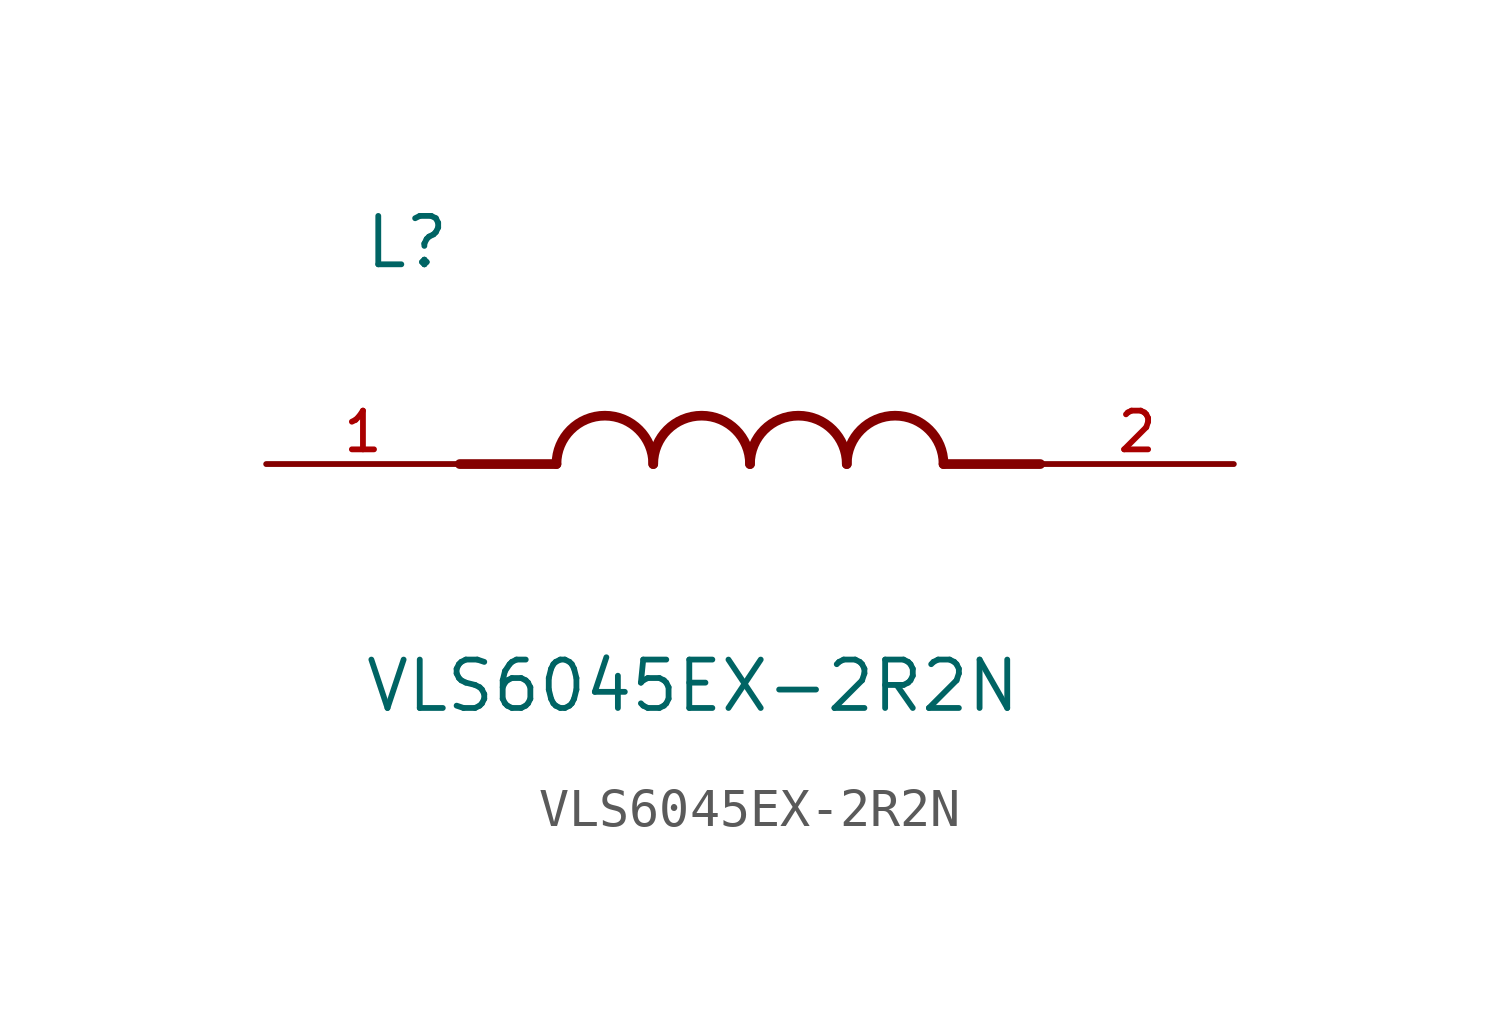
<source format=kicad_sym>
(kicad_symbol_lib
  (version 20211014)
  (generator kicad_symbol_editor)
  (symbol "VLS6045EX-2R2N"
    (pin_names
      (offset 1.016))
    (property "Reference" "L"
      (at -10.16 5.08 0)
      (effects (font (size 1.27 1.27)) (justify bottom left)))
    (property "Value" "VLS6045EX-2R2N"
      (at -10.16 -5.08 0)
      (effects (font (size 1.27 1.27)) (justify top left)))
    (symbol "VLS6045EX-2R2N_0_0"
      (polyline (pts (xy -5.08 0.0) (xy -7.62 0.0)) (stroke (width 0.254)))
      (polyline (pts (xy 5.08 0.0) (xy 7.62 0.0)) (stroke (width 0.254)))
      (arc (start -2.54 0.0) (mid -3.81 1.27) (end -5.08 0.0) (stroke (width 0.254) (type default) (color 0 0 0 0)) (fill (type none)))
      (arc (start 0.0 0.0) (mid -1.27 1.27) (end -2.54 0.0) (stroke (width 0.254) (type default) (color 0 0 0 0)) (fill (type none)))
      (arc (start 2.54 0.0) (mid 1.27 1.27) (end 0.0 0.0) (stroke (width 0.254) (type default) (color 0 0 0 0)) (fill (type none)))
      (arc (start 5.08 0.0) (mid 3.81 1.27) (end 2.54 0.0) (stroke (width 0.254) (type default) (color 0 0 0 0)) (fill (type none)))
      (pin passive line (at -12.7 0.0 0) (length 5.08) (name "~" (effects (font (size 1.016 1.016)))) (number "1" (effects (font (size 1.016 1.016)))))
      (pin passive line (at 12.7 0.0 180.0) (length 5.08) (name "~" (effects (font (size 1.016 1.016)))) (number "2" (effects (font (size 1.016 1.016))))))))
</source>
